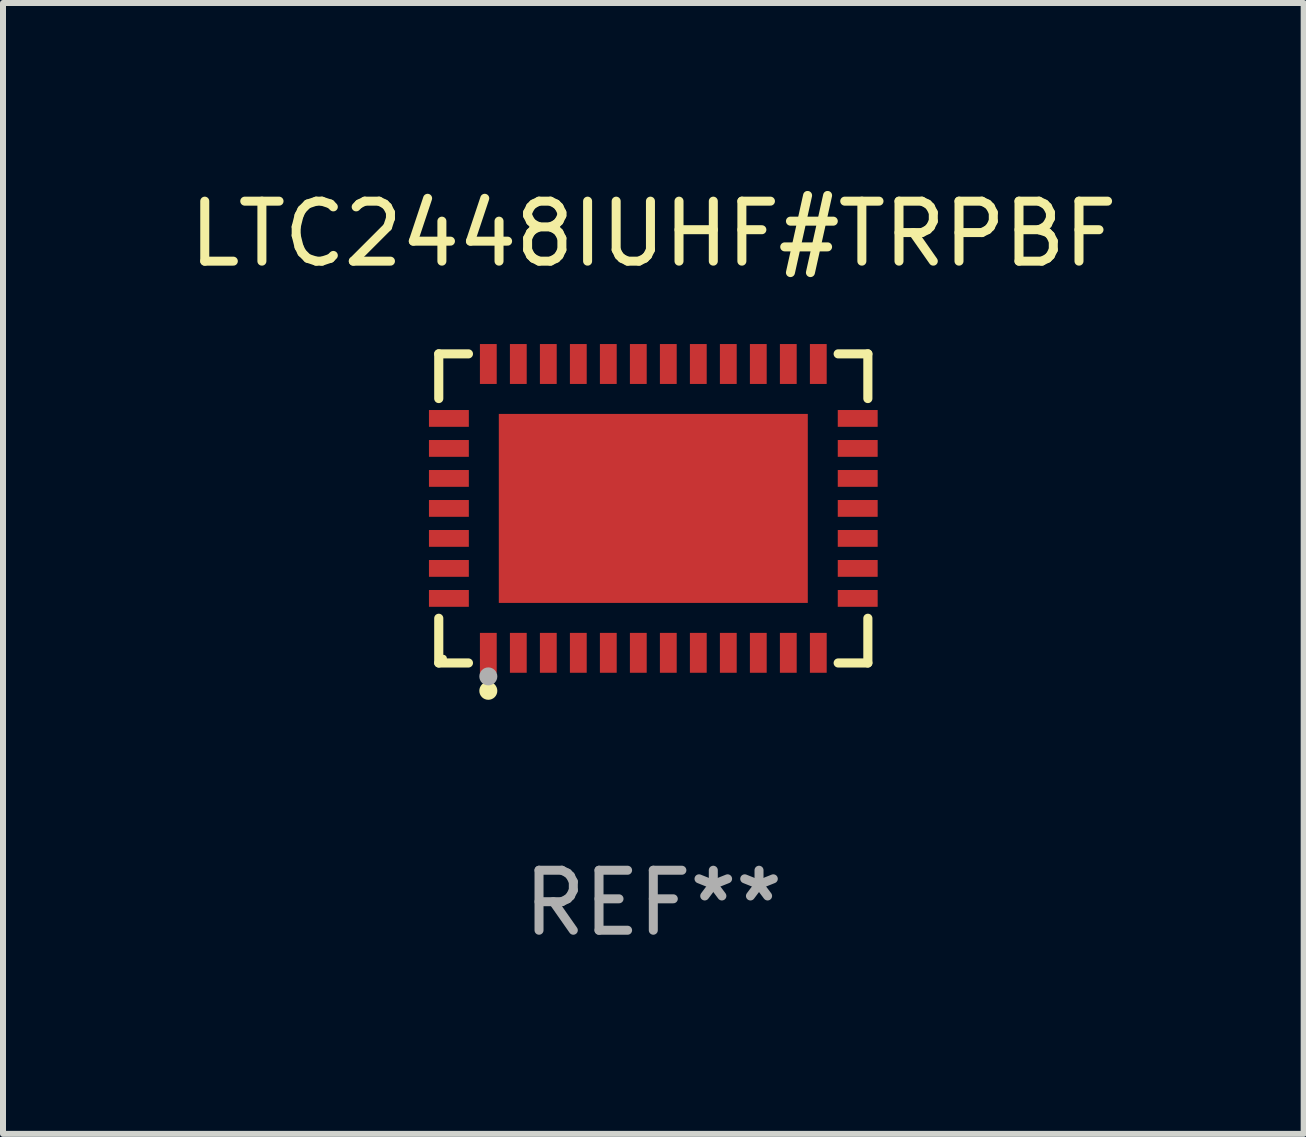
<source format=kicad_pcb>
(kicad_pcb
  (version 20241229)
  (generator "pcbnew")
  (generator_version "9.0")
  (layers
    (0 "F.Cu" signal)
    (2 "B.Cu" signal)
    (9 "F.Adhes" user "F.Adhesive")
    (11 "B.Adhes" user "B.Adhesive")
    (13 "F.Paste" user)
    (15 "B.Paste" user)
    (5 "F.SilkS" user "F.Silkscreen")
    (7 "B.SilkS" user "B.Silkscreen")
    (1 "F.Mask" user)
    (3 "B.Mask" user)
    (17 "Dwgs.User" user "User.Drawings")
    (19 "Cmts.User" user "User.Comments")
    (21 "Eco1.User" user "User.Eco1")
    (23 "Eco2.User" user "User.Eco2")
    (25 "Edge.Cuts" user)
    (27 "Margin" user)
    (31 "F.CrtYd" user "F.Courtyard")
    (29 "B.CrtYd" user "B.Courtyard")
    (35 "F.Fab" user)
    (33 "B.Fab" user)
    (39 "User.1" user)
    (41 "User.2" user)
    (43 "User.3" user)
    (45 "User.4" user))
  (footprint "LTC2448IUHF#TRPBF"
    (layer "F.Cu")
    (at 7.839 5.424)
    (property "Reference" "LTC2448IUHF#TRPBF" (at 0 -4.576 0) (layer "F.SilkS") (effects (font (size 1 1) (thickness 0.15))))
    (attr through_hole)
    (fp_line (start -3.576 -2.576) (end -3.081 -2.576) (stroke (width 0.152) (type solid)) (layer "F.SilkS"))
    (fp_line (start -3.576 -1.831) (end -3.576 -2.576) (stroke (width 0.152) (type solid)) (layer "F.SilkS"))
    (fp_line (start -3.576 1.831) (end -3.576 2.576) (stroke (width 0.152) (type solid)) (layer "F.SilkS"))
    (fp_line (start -3.576 2.576) (end -3.081 2.576) (stroke (width 0.152) (type solid)) (layer "F.SilkS"))
    (fp_line (start 3.576 -2.576) (end 3.081 -2.576) (stroke (width 0.152) (type solid)) (layer "F.SilkS"))
    (fp_line (start 3.576 -1.831) (end 3.576 -2.576) (stroke (width 0.152) (type solid)) (layer "F.SilkS"))
    (fp_line (start 3.576 1.831) (end 3.576 2.576) (stroke (width 0.152) (type solid)) (layer "F.SilkS"))
    (fp_line (start 3.576 2.576) (end 3.081 2.576) (stroke (width 0.152) (type solid)) (layer "F.SilkS"))
    (fp_circle (center -3.5 2.5) (end -3.47 2.5) (stroke (width 0.06) (type solid)) (fill no) (layer "F.SilkS"))
    (fp_circle (center -2.75 3.04) (end -2.675 3.04) (stroke (width 0.15) (type solid)) (fill no) (layer "F.SilkS"))
    (fp_circle (center -2.75 2.8) (end -2.675 2.8) (stroke (width 0.15) (type solid)) (fill no) (layer "F.Fab"))
    (fp_text user "REF**" (at 0 6.576 0) (layer "F.Fab") (effects (font (size 1 1) (thickness 0.15))))
    (pad "1" smd rect (at -2.75 2.407) (size 0.28 0.665) (layers "F.Cu" "F.Mask" "F.Paste"))
    (pad "2" smd rect (at -2.25 2.407) (size 0.28 0.665) (layers "F.Cu" "F.Mask" "F.Paste"))
    (pad "3" smd rect (at -1.75 2.407) (size 0.28 0.665) (layers "F.Cu" "F.Mask" "F.Paste"))
    (pad "4" smd rect (at -1.25 2.407) (size 0.28 0.665) (layers "F.Cu" "F.Mask" "F.Paste"))
    (pad "5" smd rect (at -0.75 2.407) (size 0.28 0.665) (layers "F.Cu" "F.Mask" "F.Paste"))
    (pad "6" smd rect (at -0.25 2.407) (size 0.28 0.665) (layers "F.Cu" "F.Mask" "F.Paste"))
    (pad "7" smd rect (at 0.25 2.407) (size 0.28 0.665) (layers "F.Cu" "F.Mask" "F.Paste"))
    (pad "8" smd rect (at 0.75 2.407) (size 0.28 0.665) (layers "F.Cu" "F.Mask" "F.Paste"))
    (pad "9" smd rect (at 1.25 2.407) (size 0.28 0.665) (layers "F.Cu" "F.Mask" "F.Paste"))
    (pad "10" smd rect (at 1.75 2.407) (size 0.28 0.665) (layers "F.Cu" "F.Mask" "F.Paste"))
    (pad "11" smd rect (at 2.25 2.407) (size 0.28 0.665) (layers "F.Cu" "F.Mask" "F.Paste"))
    (pad "12" smd rect (at 2.75 2.407) (size 0.28 0.665) (layers "F.Cu" "F.Mask" "F.Paste"))
    (pad "13" smd rect (at 3.407 1.5) (size 0.665 0.28) (layers "F.Cu" "F.Mask" "F.Paste"))
    (pad "14" smd rect (at 3.407 1) (size 0.665 0.28) (layers "F.Cu" "F.Mask" "F.Paste"))
    (pad "15" smd rect (at 3.407 0.5) (size 0.665 0.28) (layers "F.Cu" "F.Mask" "F.Paste"))
    (pad "16" smd rect (at 3.407 0) (size 0.665 0.28) (layers "F.Cu" "F.Mask" "F.Paste"))
    (pad "17" smd rect (at 3.407 -0.5) (size 0.665 0.28) (layers "F.Cu" "F.Mask" "F.Paste"))
    (pad "18" smd rect (at 3.407 -1) (size 0.665 0.28) (layers "F.Cu" "F.Mask" "F.Paste"))
    (pad "19" smd rect (at 3.407 -1.5) (size 0.665 0.28) (layers "F.Cu" "F.Mask" "F.Paste"))
    (pad "20" smd rect (at 2.75 -2.407) (size 0.28 0.665) (layers "F.Cu" "F.Mask" "F.Paste"))
    (pad "21" smd rect (at 2.25 -2.407) (size 0.28 0.665) (layers "F.Cu" "F.Mask" "F.Paste"))
    (pad "22" smd rect (at 1.75 -2.407) (size 0.28 0.665) (layers "F.Cu" "F.Mask" "F.Paste"))
    (pad "23" smd rect (at 1.25 -2.407) (size 0.28 0.665) (layers "F.Cu" "F.Mask" "F.Paste"))
    (pad "24" smd rect (at 0.75 -2.407) (size 0.28 0.665) (layers "F.Cu" "F.Mask" "F.Paste"))
    (pad "25" smd rect (at 0.25 -2.407) (size 0.28 0.665) (layers "F.Cu" "F.Mask" "F.Paste"))
    (pad "26" smd rect (at -0.25 -2.407) (size 0.28 0.665) (layers "F.Cu" "F.Mask" "F.Paste"))
    (pad "27" smd rect (at -0.75 -2.407) (size 0.28 0.665) (layers "F.Cu" "F.Mask" "F.Paste"))
    (pad "28" smd rect (at -1.25 -2.407) (size 0.28 0.665) (layers "F.Cu" "F.Mask" "F.Paste"))
    (pad "29" smd rect (at -1.75 -2.407) (size 0.28 0.665) (layers "F.Cu" "F.Mask" "F.Paste"))
    (pad "30" smd rect (at -2.25 -2.407) (size 0.28 0.665) (layers "F.Cu" "F.Mask" "F.Paste"))
    (pad "31" smd rect (at -2.75 -2.407) (size 0.28 0.665) (layers "F.Cu" "F.Mask" "F.Paste"))
    (pad "32" smd rect (at -3.407 -1.5) (size 0.665 0.28) (layers "F.Cu" "F.Mask" "F.Paste"))
    (pad "33" smd rect (at -3.407 -1) (size 0.665 0.28) (layers "F.Cu" "F.Mask" "F.Paste"))
    (pad "34" smd rect (at -3.407 -0.5) (size 0.665 0.28) (layers "F.Cu" "F.Mask" "F.Paste"))
    (pad "35" smd rect (at -3.407 0) (size 0.665 0.28) (layers "F.Cu" "F.Mask" "F.Paste"))
    (pad "36" smd rect (at -3.407 0.5) (size 0.665 0.28) (layers "F.Cu" "F.Mask" "F.Paste"))
    (pad "37" smd rect (at -3.407 1) (size 0.665 0.28) (layers "F.Cu" "F.Mask" "F.Paste"))
    (pad "38" smd rect (at -3.407 1.5) (size 0.665 0.28) (layers "F.Cu" "F.Mask" "F.Paste"))
    (pad "39" smd rect (at 0 0) (size 5.15 3.15) (layers "F.Cu" "F.Mask" "F.Paste")))
  (gr_rect
    (start -3 -3)
    (end 18.679 15.849)
    (stroke (width 0.1) (type default))
    (fill no)
    (layer "Edge.Cuts")))
</source>
